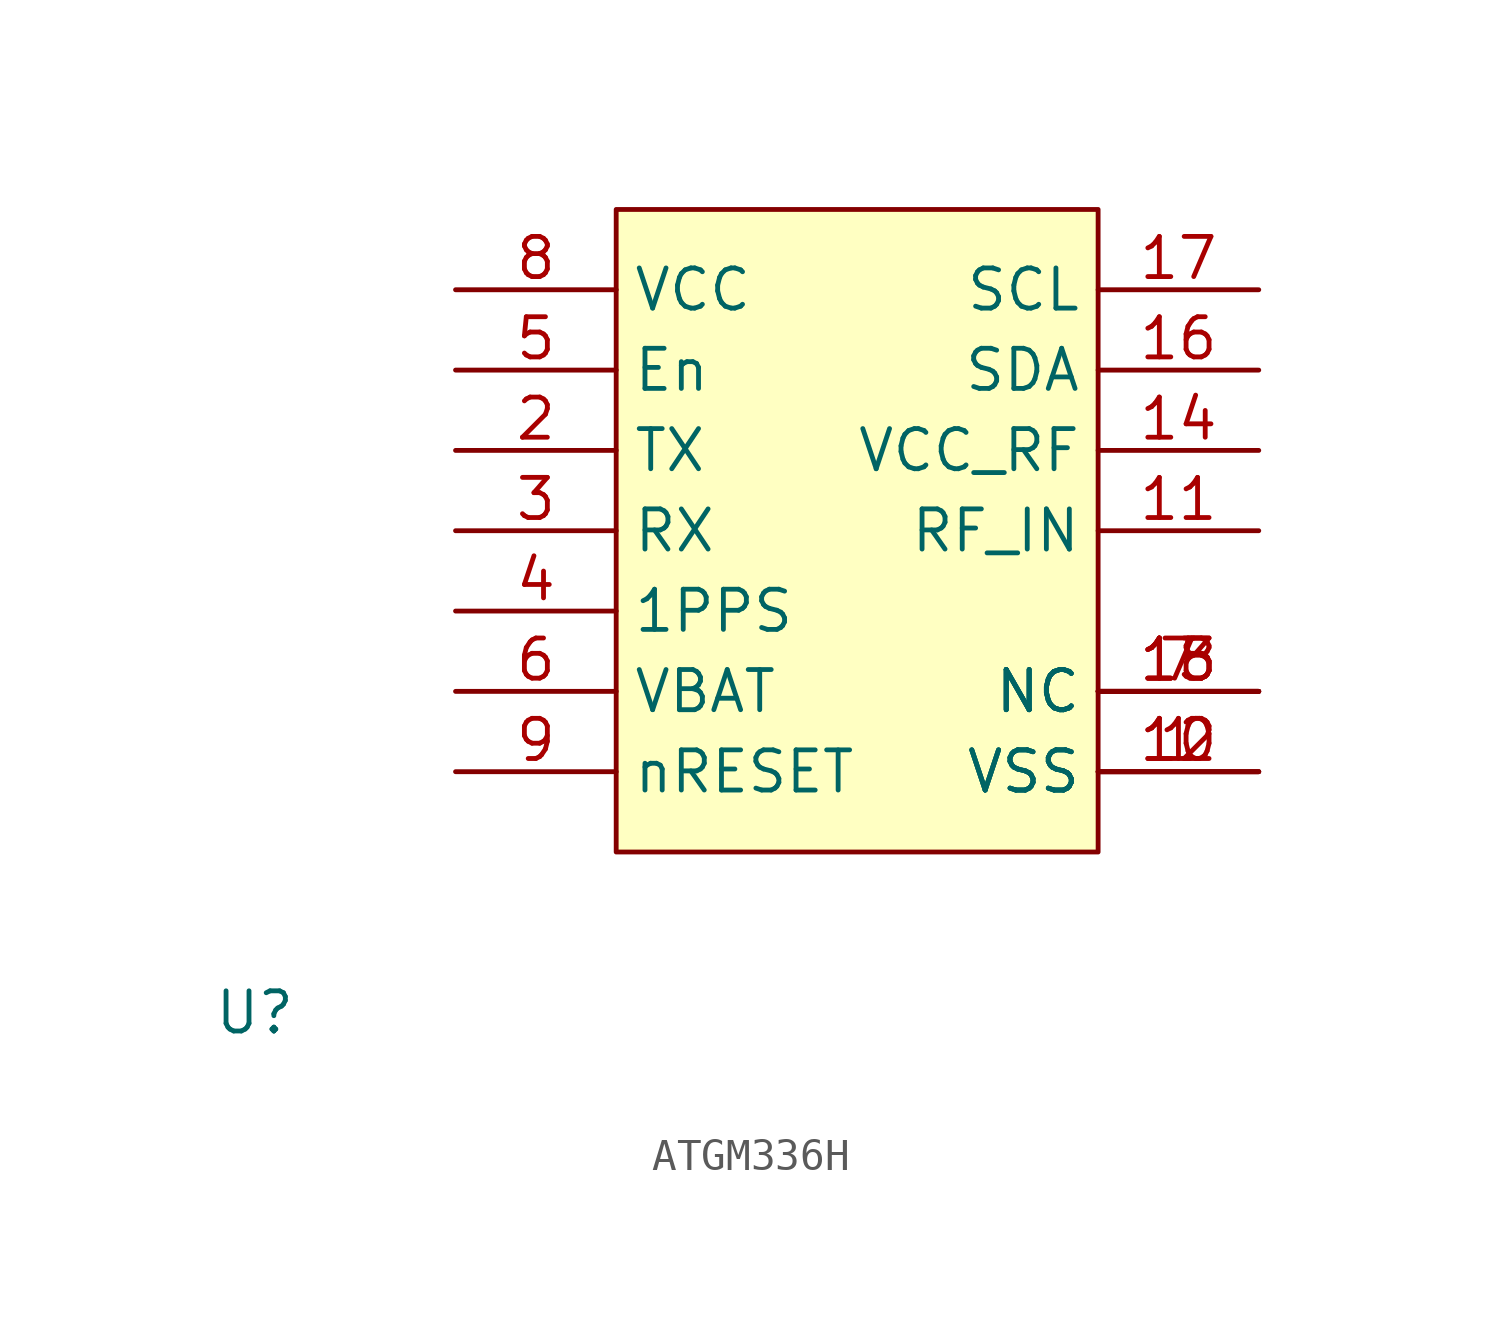
<source format=kicad_sym>
(kicad_symbol_lib
  (version 20231120)
  (generator "kicad_symbol_editor")
  (generator_version "8.0")
  (symbol "ATGM336H"
    (property "Reference" "U"
      (at 0 0 0)
      (effects (font (size 1.27 1.27))))
    (property "Value" ""
      (at 0 0 0)
      (effects (font (size 1.27 1.27))))
    (symbol "ATGM336H_1_1"
      (rectangle (start 11.43 25.4) (end 26.67 5.08) (stroke (width 0) (type default)) (fill (type background)))
      (pin input line (at 31.75 7.62 180) (length 5.08) (name "VSS" (effects (font (size 1.27 1.27)))) (number "1" (effects (font (size 1.27 1.27)))))
      (pin input line (at 31.75 7.62 180) (length 5.08) (name "VSS" (effects (font (size 1.27 1.27)))) (number "10" (effects (font (size 1.27 1.27)))))
      (pin input line (at 31.75 15.24 180) (length 5.08) (name "RF_IN" (effects (font (size 1.27 1.27)))) (number "11" (effects (font (size 1.27 1.27)))))
      (pin input line (at 31.75 7.62 180) (length 5.08) (name "VSS" (effects (font (size 1.27 1.27)))) (number "12" (effects (font (size 1.27 1.27)))))
      (pin input line (at 31.75 10.16 180) (length 5.08) (name "NC" (effects (font (size 1.27 1.27)))) (number "13" (effects (font (size 1.27 1.27)))))
      (pin input line (at 31.75 17.78 180) (length 5.08) (name "VCC_RF" (effects (font (size 1.27 1.27)))) (number "14" (effects (font (size 1.27 1.27)))))
      (pin input line (at 31.75 10.16 180) (length 5.08) (name "NC" (effects (font (size 1.27 1.27)))) (number "15" (effects (font (size 1.27 1.27)))))
      (pin input line (at 31.75 20.32 180) (length 5.08) (name "SDA" (effects (font (size 1.27 1.27)))) (number "16" (effects (font (size 1.27 1.27)))))
      (pin input line (at 31.75 22.86 180) (length 5.08) (name "SCL" (effects (font (size 1.27 1.27)))) (number "17" (effects (font (size 1.27 1.27)))))
      (pin input line (at 31.75 10.16 180) (length 5.08) (name "NC" (effects (font (size 1.27 1.27)))) (number "18" (effects (font (size 1.27 1.27)))))
      (pin input line (at 6.35 17.78 0) (length 5.08) (name "TX" (effects (font (size 1.27 1.27)))) (number "2" (effects (font (size 1.27 1.27)))))
      (pin input line (at 6.35 15.24 0) (length 5.08) (name "RX" (effects (font (size 1.27 1.27)))) (number "3" (effects (font (size 1.27 1.27)))))
      (pin input line (at 6.35 12.7 0) (length 5.08) (name "1PPS" (effects (font (size 1.27 1.27)))) (number "4" (effects (font (size 1.27 1.27)))))
      (pin input line (at 6.35 20.32 0) (length 5.08) (name "En" (effects (font (size 1.27 1.27)))) (number "5" (effects (font (size 1.27 1.27)))))
      (pin input line (at 6.35 10.16 0) (length 5.08) (name "VBAT" (effects (font (size 1.27 1.27)))) (number "6" (effects (font (size 1.27 1.27)))))
      (pin input line (at 31.75 10.16 180) (length 5.08) (name "NC" (effects (font (size 1.27 1.27)))) (number "7" (effects (font (size 1.27 1.27)))))
      (pin input line (at 6.35 22.86 0) (length 5.08) (name "VCC" (effects (font (size 1.27 1.27)))) (number "8" (effects (font (size 1.27 1.27)))))
      (pin input line (at 6.35 7.62 0) (length 5.08) (name "nRESET" (effects (font (size 1.27 1.27)))) (number "9" (effects (font (size 1.27 1.27))))))))
</source>
